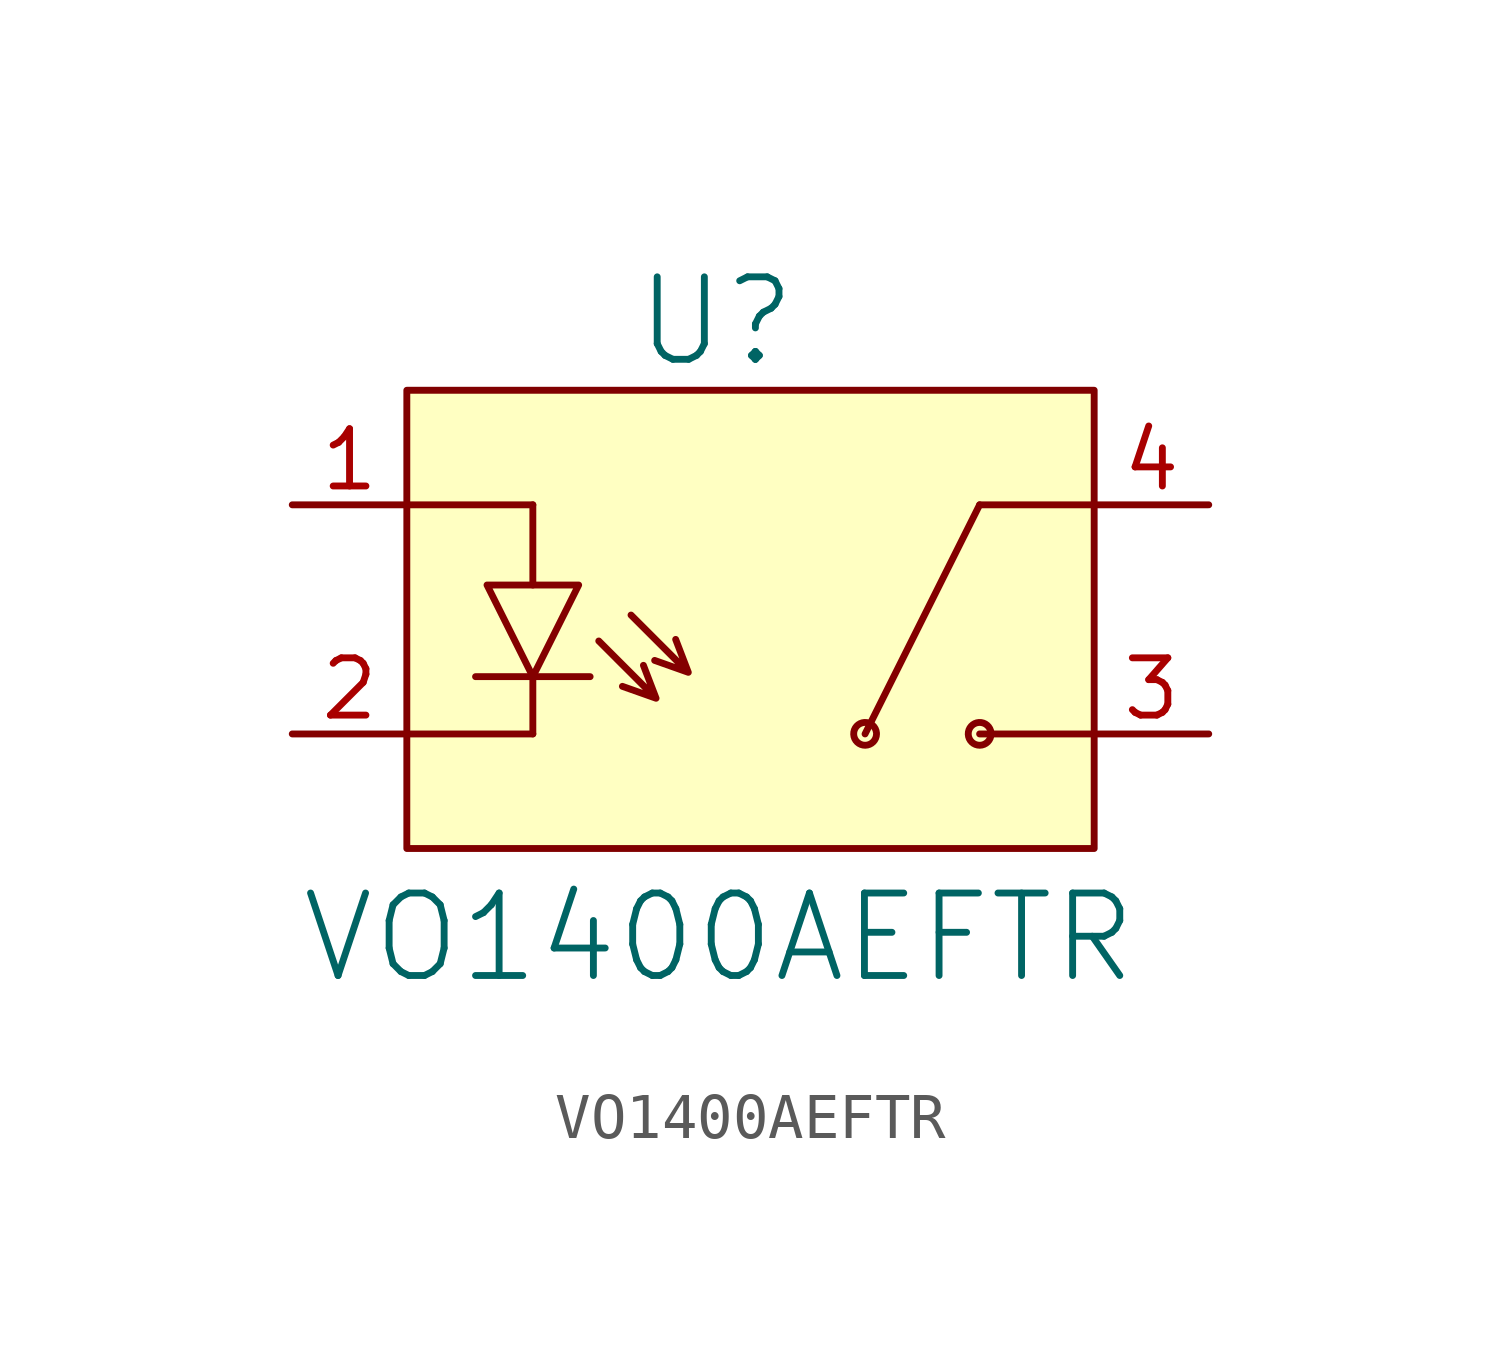
<source format=kicad_sym>
(kicad_symbol_lib
  (version 20241209)
  (generator "kicad_symbol_editor")
  (generator_version "9.0")
  (symbol "VO1400AEFTR"
    (pin_names
      (hide yes))
    (property "Reference" "U"
      (at 0.508 6.604 0)
      (effects (font (size 1.829 1.829))))
    (property "Value" "VO1400AEFTR"
      (at 9.906 -8.128 0)
      (effects (font (size 1.829 1.829)) (justify right bottom)))
    (symbol "VO1400AEFTR_0_1"
      (polyline (pts (xy -2.094 -0.479) (xy -0.824 -1.749) (xy -1.104 -1.019) (xy -0.824 -1.749) (xy -1.57 -1.485)) (stroke (width 0) (type default)) (fill (type none)))
      (polyline (pts (xy -1.379 0.096) (xy -0.109 -1.174) (xy -0.389 -0.444) (xy -0.109 -1.174) (xy -0.855 -0.91)) (stroke (width 0) (type default)) (fill (type none))))
    (symbol "VO1400AEFTR_1_0"
      (polyline (pts (xy -6.35 2.54) (xy -3.556 2.54)) (stroke (width 0) (type solid)) (fill (type none)))
      (polyline (pts (xy -6.35 -2.54) (xy -3.556 -2.54)) (stroke (width 0) (type solid)) (fill (type none)))
      (rectangle (start -6.35 -5.08) (end 8.89 5.08) (stroke (width 0) (type solid) (color 128 0 0 1)) (fill (type background)))
      (polyline (pts (xy -4.826 -1.27) (xy -2.286 -1.27)) (stroke (width 0) (type solid)) (fill (type none)))
      (polyline (pts (xy -4.572 0.762) (xy -2.54 0.762) (xy -3.556 -1.27) (xy -4.572 0.762)) (stroke (width 0) (type solid)) (fill (type none)))
      (polyline (pts (xy -3.556 0.762) (xy -3.556 2.54)) (stroke (width 0) (type solid)) (fill (type none)))
      (polyline (pts (xy -3.556 -2.54) (xy -3.556 -1.27)) (stroke (width 0) (type solid)) (fill (type none)))
      (arc (start 4.064 -2.54) (mid 3.5562 -2.5511) (end 4.063 -2.5179) (stroke (width 0) (type solid)) (fill (type none)))
      (polyline (pts (xy 6.35 2.54) (xy 3.81 -2.54)) (stroke (width 0) (type solid)) (fill (type none)))
      (arc (start 6.604 -2.54) (mid 6.0962 -2.5511) (end 6.603 -2.5179) (stroke (width 0) (type solid)) (fill (type none)))
      (polyline (pts (xy 8.89 2.54) (xy 6.35 2.54)) (stroke (width 0) (type solid)) (fill (type none)))
      (polyline (pts (xy 8.89 -2.54) (xy 6.35 -2.54)) (stroke (width 0) (type solid)) (fill (type none)))
      (pin passive line (at -8.89 2.54 0) (length 2.54) (name "A" (effects (font (size 1.27 1.27)))) (number "1" (effects (font (size 1.27 1.27)))))
      (pin passive line (at -8.89 -2.54 0) (length 2.54) (name "K" (effects (font (size 1.27 1.27)))) (number "2" (effects (font (size 1.27 1.27)))))
      (pin passive line (at 11.43 2.54 180) (length 2.54) (name "C" (effects (font (size 1.27 1.27)))) (number "4" (effects (font (size 1.27 1.27)))))
      (pin passive line (at 11.43 -2.54 180) (length 2.54) (name "E" (effects (font (size 1.27 1.27)))) (number "3" (effects (font (size 1.27 1.27))))))))
</source>
